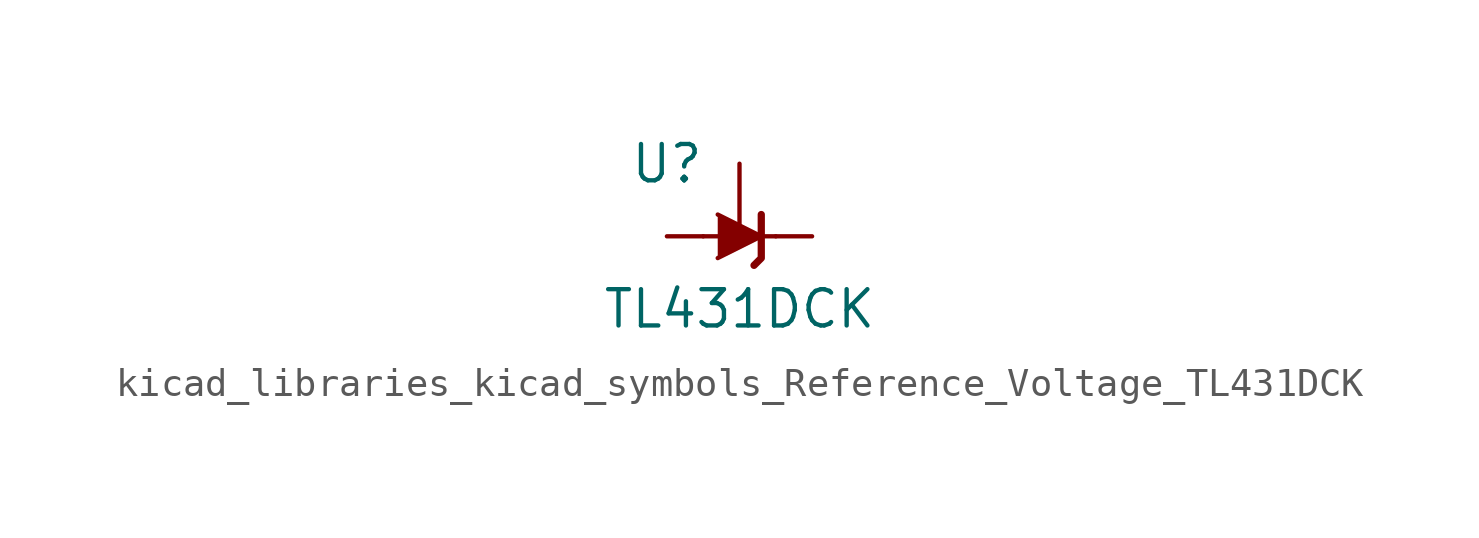
<source format=kicad_sym>
(kicad_symbol_lib
  (version 20220914)
  (generator kicad_symbol_editor)
  (symbol "kicad_libraries_kicad_symbols_Reference_Voltage_TL431DCK"
    (pin_numbers hide)
    (pin_names hide)
    (property "Reference" "U"
      (at -2.54 2.54 0)
      (effects (font (size 1.27 1.27))))
    (property "Value" "TL431DCK"
      (at 0 -2.54 0)
      (effects (font (size 1.27 1.27))))
    (symbol "kicad_libraries_kicad_symbols_Reference_Voltage_TL431DCK_0_1"
      (polyline (pts (xy -1.27 0) (xy 0 0) (xy 1.27 0)) (stroke (width 0) (type default)) (fill (type none)))
      (polyline (pts (xy -0.762 0.762) (xy 0.762 0) (xy -0.762 -0.762)) (stroke (width 0) (type default)) (fill (type outline)))
      (polyline (pts (xy 0.508 -1.016) (xy 0.762 -0.762) (xy 0.762 0.762) (xy 0.762 0.762)) (stroke (width 0.254) (type default)) (fill (type none))))
    (symbol "kicad_libraries_kicad_symbols_Reference_Voltage_TL431DCK_1_1"
      (pin passive line (at 2.54 0 180) (length 1.27) (name "K" (effects (font (size 1.27 1.27)))) (number "1" (effects (font (size 1.27 1.27)))))
      (pin passive line (at 0 2.54 270) (length 2.54) (name "REF" (effects (font (size 1.27 1.27)))) (number "3" (effects (font (size 1.27 1.27)))))
      (pin passive line (at -2.54 0 0) (length 1.27) (name "A" (effects (font (size 1.27 1.27)))) (number "6" (effects (font (size 1.27 1.27))))))))
</source>
